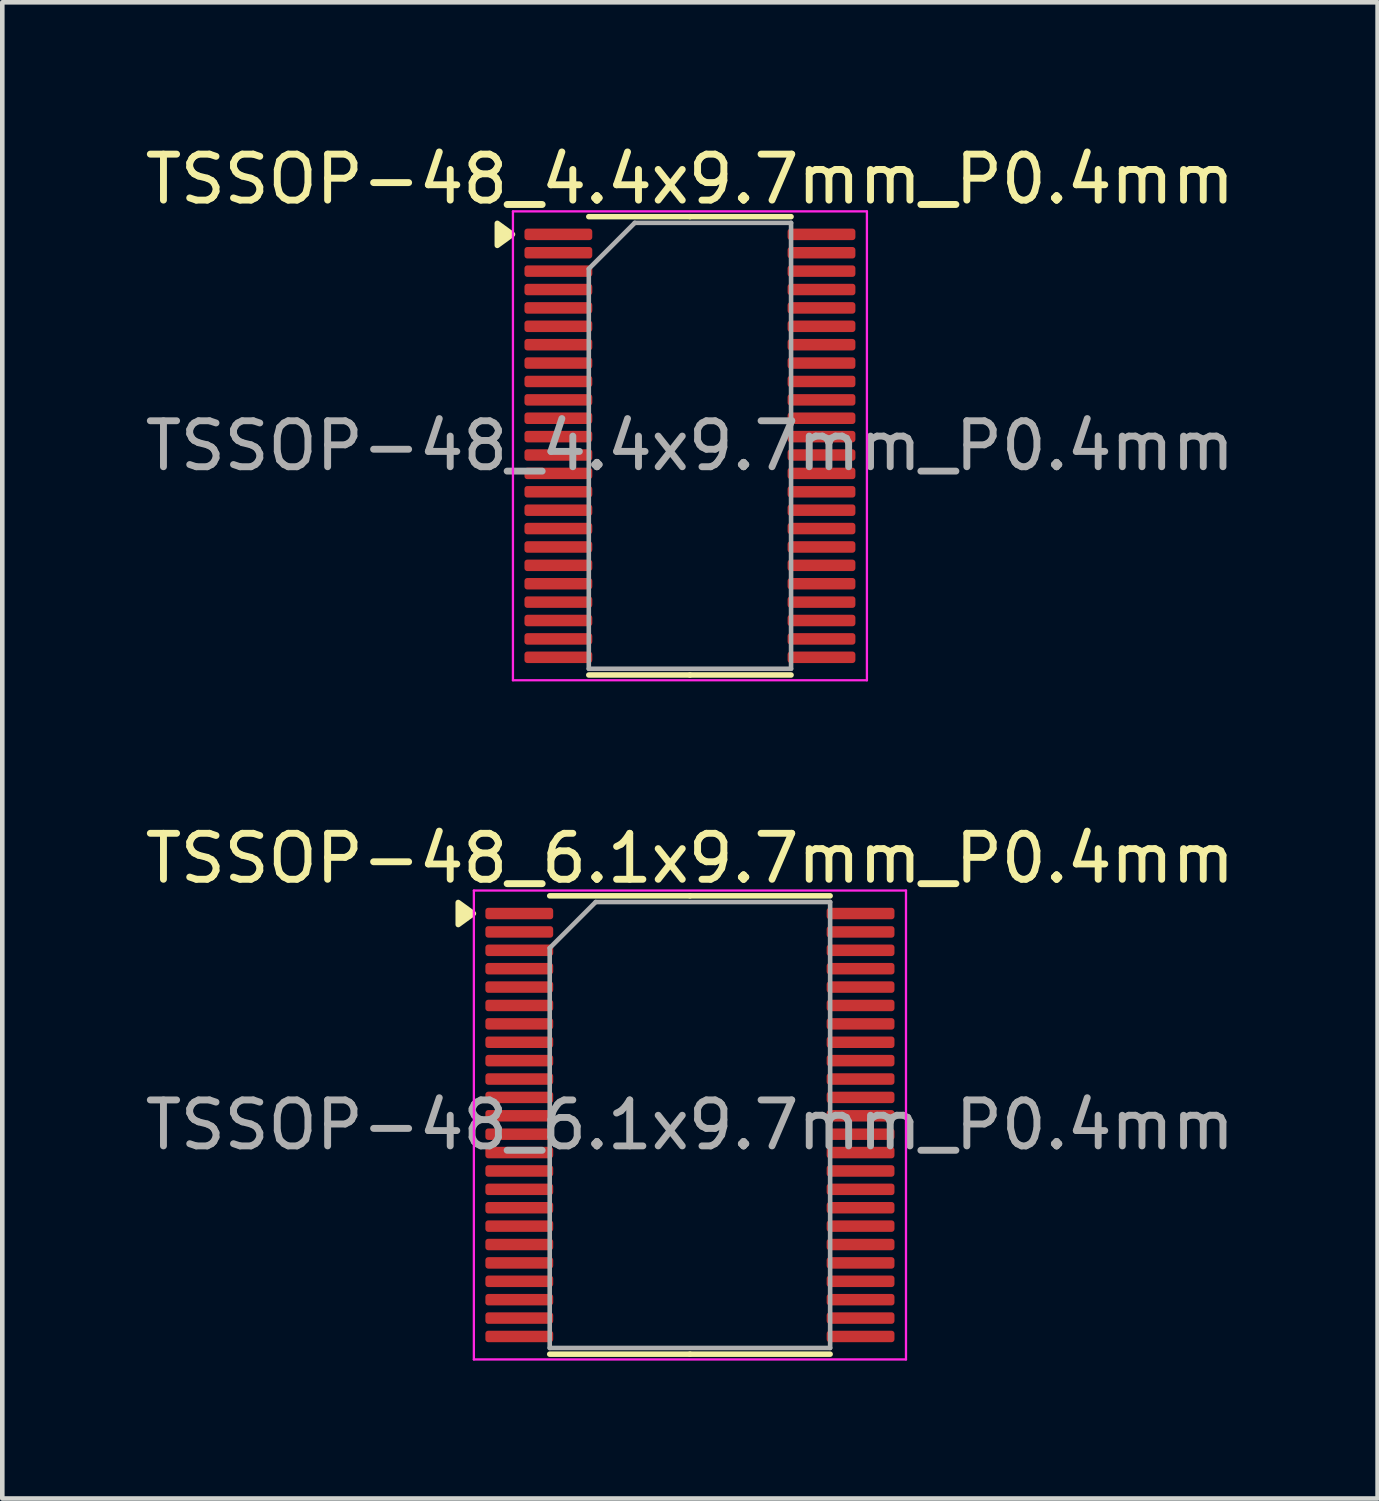
<source format=kicad_pcb>
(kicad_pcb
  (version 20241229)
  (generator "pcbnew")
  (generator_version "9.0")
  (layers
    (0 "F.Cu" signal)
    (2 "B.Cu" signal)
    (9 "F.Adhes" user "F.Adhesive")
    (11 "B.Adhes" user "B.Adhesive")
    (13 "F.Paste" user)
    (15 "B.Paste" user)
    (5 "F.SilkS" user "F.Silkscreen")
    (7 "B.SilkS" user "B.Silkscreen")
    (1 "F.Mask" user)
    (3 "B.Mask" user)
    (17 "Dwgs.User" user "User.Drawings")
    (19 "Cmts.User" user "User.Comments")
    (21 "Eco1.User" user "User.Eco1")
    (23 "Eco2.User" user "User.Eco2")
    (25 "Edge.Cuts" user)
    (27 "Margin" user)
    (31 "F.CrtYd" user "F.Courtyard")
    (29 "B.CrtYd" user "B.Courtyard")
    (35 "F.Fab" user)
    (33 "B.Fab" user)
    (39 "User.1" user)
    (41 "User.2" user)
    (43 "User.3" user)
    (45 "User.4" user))
  (footprint "TSSOP-48_6.1x9.7mm_P0.4mm"
    (layer "F.Cu")
    (at 11.958 21.422)
    (property "Reference" "TSSOP-48_6.1x9.7mm_P0.4mm" (at 0 -5.8 0) (layer "F.SilkS") (effects (font (size 1 1) (thickness 0.15))))
    (attr smd)
    (fp_line (start 0 -4.985) (end -3.05 -4.985) (stroke (width 0.12) (type solid)) (layer "F.SilkS"))
    (fp_line (start 0 -4.985) (end 3.05 -4.985) (stroke (width 0.12) (type solid)) (layer "F.SilkS"))
    (fp_line (start 0 4.985) (end -3.05 4.985) (stroke (width 0.12) (type solid)) (layer "F.SilkS"))
    (fp_line (start 0 4.985) (end 3.05 4.985) (stroke (width 0.12) (type solid)) (layer "F.SilkS"))
    (fp_poly (pts (xy -4.71 -4.6) (xy -5.04 -4.36) (xy -5.04 -4.84) (xy -4.71 -4.6)) (stroke (width 0.12) (type solid)) (fill yes) (layer "F.SilkS"))
    (fp_line (start -4.7 -5.1) (end -4.7 5.1) (stroke (width 0.05) (type solid)) (layer "F.CrtYd"))
    (fp_line (start -4.7 5.1) (end 4.7 5.1) (stroke (width 0.05) (type solid)) (layer "F.CrtYd"))
    (fp_line (start 4.7 -5.1) (end -4.7 -5.1) (stroke (width 0.05) (type solid)) (layer "F.CrtYd"))
    (fp_line (start 4.7 5.1) (end 4.7 -5.1) (stroke (width 0.05) (type solid)) (layer "F.CrtYd"))
    (fp_line (start -3.05 -3.85) (end -2.05 -4.85) (stroke (width 0.1) (type solid)) (layer "F.Fab"))
    (fp_line (start -3.05 4.85) (end -3.05 -3.85) (stroke (width 0.1) (type solid)) (layer "F.Fab"))
    (fp_line (start -2.05 -4.85) (end 3.05 -4.85) (stroke (width 0.1) (type solid)) (layer "F.Fab"))
    (fp_line (start 3.05 -4.85) (end 3.05 4.85) (stroke (width 0.1) (type solid)) (layer "F.Fab"))
    (fp_line (start 3.05 4.85) (end -3.05 4.85) (stroke (width 0.1) (type solid)) (layer "F.Fab"))
    (fp_text user "${REFERENCE}" (at 0 0 0) (layer "F.Fab") (effects (font (size 1 1) (thickness 0.15))))
    (pad "1" smd roundrect (at -3.712 -4.6) (size 1.475 0.25) (layers "F.Cu" "F.Mask" "F.Paste") (roundrect_rratio 0.25))
    (pad "2" smd roundrect (at -3.712 -4.2) (size 1.475 0.25) (layers "F.Cu" "F.Mask" "F.Paste") (roundrect_rratio 0.25))
    (pad "3" smd roundrect (at -3.712 -3.8) (size 1.475 0.25) (layers "F.Cu" "F.Mask" "F.Paste") (roundrect_rratio 0.25))
    (pad "4" smd roundrect (at -3.712 -3.4) (size 1.475 0.25) (layers "F.Cu" "F.Mask" "F.Paste") (roundrect_rratio 0.25))
    (pad "5" smd roundrect (at -3.712 -3) (size 1.475 0.25) (layers "F.Cu" "F.Mask" "F.Paste") (roundrect_rratio 0.25))
    (pad "6" smd roundrect (at -3.712 -2.6) (size 1.475 0.25) (layers "F.Cu" "F.Mask" "F.Paste") (roundrect_rratio 0.25))
    (pad "7" smd roundrect (at -3.712 -2.2) (size 1.475 0.25) (layers "F.Cu" "F.Mask" "F.Paste") (roundrect_rratio 0.25))
    (pad "8" smd roundrect (at -3.712 -1.8) (size 1.475 0.25) (layers "F.Cu" "F.Mask" "F.Paste") (roundrect_rratio 0.25))
    (pad "9" smd roundrect (at -3.712 -1.4) (size 1.475 0.25) (layers "F.Cu" "F.Mask" "F.Paste") (roundrect_rratio 0.25))
    (pad "10" smd roundrect (at -3.712 -1) (size 1.475 0.25) (layers "F.Cu" "F.Mask" "F.Paste") (roundrect_rratio 0.25))
    (pad "11" smd roundrect (at -3.712 -0.6) (size 1.475 0.25) (layers "F.Cu" "F.Mask" "F.Paste") (roundrect_rratio 0.25))
    (pad "12" smd roundrect (at -3.712 -0.2) (size 1.475 0.25) (layers "F.Cu" "F.Mask" "F.Paste") (roundrect_rratio 0.25))
    (pad "13" smd roundrect (at -3.712 0.2) (size 1.475 0.25) (layers "F.Cu" "F.Mask" "F.Paste") (roundrect_rratio 0.25))
    (pad "14" smd roundrect (at -3.712 0.6) (size 1.475 0.25) (layers "F.Cu" "F.Mask" "F.Paste") (roundrect_rratio 0.25))
    (pad "15" smd roundrect (at -3.712 1) (size 1.475 0.25) (layers "F.Cu" "F.Mask" "F.Paste") (roundrect_rratio 0.25))
    (pad "16" smd roundrect (at -3.712 1.4) (size 1.475 0.25) (layers "F.Cu" "F.Mask" "F.Paste") (roundrect_rratio 0.25))
    (pad "17" smd roundrect (at -3.712 1.8) (size 1.475 0.25) (layers "F.Cu" "F.Mask" "F.Paste") (roundrect_rratio 0.25))
    (pad "18" smd roundrect (at -3.712 2.2) (size 1.475 0.25) (layers "F.Cu" "F.Mask" "F.Paste") (roundrect_rratio 0.25))
    (pad "19" smd roundrect (at -3.712 2.6) (size 1.475 0.25) (layers "F.Cu" "F.Mask" "F.Paste") (roundrect_rratio 0.25))
    (pad "20" smd roundrect (at -3.712 3) (size 1.475 0.25) (layers "F.Cu" "F.Mask" "F.Paste") (roundrect_rratio 0.25))
    (pad "21" smd roundrect (at -3.712 3.4) (size 1.475 0.25) (layers "F.Cu" "F.Mask" "F.Paste") (roundrect_rratio 0.25))
    (pad "22" smd roundrect (at -3.712 3.8) (size 1.475 0.25) (layers "F.Cu" "F.Mask" "F.Paste") (roundrect_rratio 0.25))
    (pad "23" smd roundrect (at -3.712 4.2) (size 1.475 0.25) (layers "F.Cu" "F.Mask" "F.Paste") (roundrect_rratio 0.25))
    (pad "24" smd roundrect (at -3.712 4.6) (size 1.475 0.25) (layers "F.Cu" "F.Mask" "F.Paste") (roundrect_rratio 0.25))
    (pad "25" smd roundrect (at 3.712 4.6) (size 1.475 0.25) (layers "F.Cu" "F.Mask" "F.Paste") (roundrect_rratio 0.25))
    (pad "26" smd roundrect (at 3.712 4.2) (size 1.475 0.25) (layers "F.Cu" "F.Mask" "F.Paste") (roundrect_rratio 0.25))
    (pad "27" smd roundrect (at 3.712 3.8) (size 1.475 0.25) (layers "F.Cu" "F.Mask" "F.Paste") (roundrect_rratio 0.25))
    (pad "28" smd roundrect (at 3.712 3.4) (size 1.475 0.25) (layers "F.Cu" "F.Mask" "F.Paste") (roundrect_rratio 0.25))
    (pad "29" smd roundrect (at 3.712 3) (size 1.475 0.25) (layers "F.Cu" "F.Mask" "F.Paste") (roundrect_rratio 0.25))
    (pad "30" smd roundrect (at 3.712 2.6) (size 1.475 0.25) (layers "F.Cu" "F.Mask" "F.Paste") (roundrect_rratio 0.25))
    (pad "31" smd roundrect (at 3.712 2.2) (size 1.475 0.25) (layers "F.Cu" "F.Mask" "F.Paste") (roundrect_rratio 0.25))
    (pad "32" smd roundrect (at 3.712 1.8) (size 1.475 0.25) (layers "F.Cu" "F.Mask" "F.Paste") (roundrect_rratio 0.25))
    (pad "33" smd roundrect (at 3.712 1.4) (size 1.475 0.25) (layers "F.Cu" "F.Mask" "F.Paste") (roundrect_rratio 0.25))
    (pad "34" smd roundrect (at 3.712 1) (size 1.475 0.25) (layers "F.Cu" "F.Mask" "F.Paste") (roundrect_rratio 0.25))
    (pad "35" smd roundrect (at 3.712 0.6) (size 1.475 0.25) (layers "F.Cu" "F.Mask" "F.Paste") (roundrect_rratio 0.25))
    (pad "36" smd roundrect (at 3.712 0.2) (size 1.475 0.25) (layers "F.Cu" "F.Mask" "F.Paste") (roundrect_rratio 0.25))
    (pad "37" smd roundrect (at 3.712 -0.2) (size 1.475 0.25) (layers "F.Cu" "F.Mask" "F.Paste") (roundrect_rratio 0.25))
    (pad "38" smd roundrect (at 3.712 -0.6) (size 1.475 0.25) (layers "F.Cu" "F.Mask" "F.Paste") (roundrect_rratio 0.25))
    (pad "39" smd roundrect (at 3.712 -1) (size 1.475 0.25) (layers "F.Cu" "F.Mask" "F.Paste") (roundrect_rratio 0.25))
    (pad "40" smd roundrect (at 3.712 -1.4) (size 1.475 0.25) (layers "F.Cu" "F.Mask" "F.Paste") (roundrect_rratio 0.25))
    (pad "41" smd roundrect (at 3.712 -1.8) (size 1.475 0.25) (layers "F.Cu" "F.Mask" "F.Paste") (roundrect_rratio 0.25))
    (pad "42" smd roundrect (at 3.712 -2.2) (size 1.475 0.25) (layers "F.Cu" "F.Mask" "F.Paste") (roundrect_rratio 0.25))
    (pad "43" smd roundrect (at 3.712 -2.6) (size 1.475 0.25) (layers "F.Cu" "F.Mask" "F.Paste") (roundrect_rratio 0.25))
    (pad "44" smd roundrect (at 3.712 -3) (size 1.475 0.25) (layers "F.Cu" "F.Mask" "F.Paste") (roundrect_rratio 0.25))
    (pad "45" smd roundrect (at 3.712 -3.4) (size 1.475 0.25) (layers "F.Cu" "F.Mask" "F.Paste") (roundrect_rratio 0.25))
    (pad "46" smd roundrect (at 3.712 -3.8) (size 1.475 0.25) (layers "F.Cu" "F.Mask" "F.Paste") (roundrect_rratio 0.25))
    (pad "47" smd roundrect (at 3.712 -4.2) (size 1.475 0.25) (layers "F.Cu" "F.Mask" "F.Paste") (roundrect_rratio 0.25))
    (pad "48" smd roundrect (at 3.712 -4.6) (size 1.475 0.25) (layers "F.Cu" "F.Mask" "F.Paste") (roundrect_rratio 0.25)))
  (footprint "TSSOP-48_4.4x9.7mm_P0.4mm"
    (layer "F.Cu")
    (at 11.958 6.648)
    (property "Reference" "TSSOP-48_4.4x9.7mm_P0.4mm" (at 0 -5.8 0) (layer "F.SilkS") (effects (font (size 1 1) (thickness 0.15))))
    (attr smd)
    (fp_line (start 0 -4.985) (end -2.2 -4.985) (stroke (width 0.12) (type solid)) (layer "F.SilkS"))
    (fp_line (start 0 -4.985) (end 2.2 -4.985) (stroke (width 0.12) (type solid)) (layer "F.SilkS"))
    (fp_line (start 0 4.985) (end -2.2 4.985) (stroke (width 0.12) (type solid)) (layer "F.SilkS"))
    (fp_line (start 0 4.985) (end 2.2 4.985) (stroke (width 0.12) (type solid)) (layer "F.SilkS"))
    (fp_poly (pts (xy -3.86 -4.6) (xy -4.19 -4.36) (xy -4.19 -4.84) (xy -3.86 -4.6)) (stroke (width 0.12) (type solid)) (fill yes) (layer "F.SilkS"))
    (fp_line (start -3.85 -5.1) (end -3.85 5.1) (stroke (width 0.05) (type solid)) (layer "F.CrtYd"))
    (fp_line (start -3.85 5.1) (end 3.85 5.1) (stroke (width 0.05) (type solid)) (layer "F.CrtYd"))
    (fp_line (start 3.85 -5.1) (end -3.85 -5.1) (stroke (width 0.05) (type solid)) (layer "F.CrtYd"))
    (fp_line (start 3.85 5.1) (end 3.85 -5.1) (stroke (width 0.05) (type solid)) (layer "F.CrtYd"))
    (fp_line (start -2.2 -3.85) (end -1.2 -4.85) (stroke (width 0.1) (type solid)) (layer "F.Fab"))
    (fp_line (start -2.2 4.85) (end -2.2 -3.85) (stroke (width 0.1) (type solid)) (layer "F.Fab"))
    (fp_line (start -1.2 -4.85) (end 2.2 -4.85) (stroke (width 0.1) (type solid)) (layer "F.Fab"))
    (fp_line (start 2.2 -4.85) (end 2.2 4.85) (stroke (width 0.1) (type solid)) (layer "F.Fab"))
    (fp_line (start 2.2 4.85) (end -2.2 4.85) (stroke (width 0.1) (type solid)) (layer "F.Fab"))
    (fp_text user "${REFERENCE}" (at 0 0 0) (layer "F.Fab") (effects (font (size 1 1) (thickness 0.15))))
    (pad "1" smd roundrect (at -2.862 -4.6) (size 1.475 0.25) (layers "F.Cu" "F.Mask" "F.Paste") (roundrect_rratio 0.25))
    (pad "2" smd roundrect (at -2.862 -4.2) (size 1.475 0.25) (layers "F.Cu" "F.Mask" "F.Paste") (roundrect_rratio 0.25))
    (pad "3" smd roundrect (at -2.862 -3.8) (size 1.475 0.25) (layers "F.Cu" "F.Mask" "F.Paste") (roundrect_rratio 0.25))
    (pad "4" smd roundrect (at -2.862 -3.4) (size 1.475 0.25) (layers "F.Cu" "F.Mask" "F.Paste") (roundrect_rratio 0.25))
    (pad "5" smd roundrect (at -2.862 -3) (size 1.475 0.25) (layers "F.Cu" "F.Mask" "F.Paste") (roundrect_rratio 0.25))
    (pad "6" smd roundrect (at -2.862 -2.6) (size 1.475 0.25) (layers "F.Cu" "F.Mask" "F.Paste") (roundrect_rratio 0.25))
    (pad "7" smd roundrect (at -2.862 -2.2) (size 1.475 0.25) (layers "F.Cu" "F.Mask" "F.Paste") (roundrect_rratio 0.25))
    (pad "8" smd roundrect (at -2.862 -1.8) (size 1.475 0.25) (layers "F.Cu" "F.Mask" "F.Paste") (roundrect_rratio 0.25))
    (pad "9" smd roundrect (at -2.862 -1.4) (size 1.475 0.25) (layers "F.Cu" "F.Mask" "F.Paste") (roundrect_rratio 0.25))
    (pad "10" smd roundrect (at -2.862 -1) (size 1.475 0.25) (layers "F.Cu" "F.Mask" "F.Paste") (roundrect_rratio 0.25))
    (pad "11" smd roundrect (at -2.862 -0.6) (size 1.475 0.25) (layers "F.Cu" "F.Mask" "F.Paste") (roundrect_rratio 0.25))
    (pad "12" smd roundrect (at -2.862 -0.2) (size 1.475 0.25) (layers "F.Cu" "F.Mask" "F.Paste") (roundrect_rratio 0.25))
    (pad "13" smd roundrect (at -2.862 0.2) (size 1.475 0.25) (layers "F.Cu" "F.Mask" "F.Paste") (roundrect_rratio 0.25))
    (pad "14" smd roundrect (at -2.862 0.6) (size 1.475 0.25) (layers "F.Cu" "F.Mask" "F.Paste") (roundrect_rratio 0.25))
    (pad "15" smd roundrect (at -2.862 1) (size 1.475 0.25) (layers "F.Cu" "F.Mask" "F.Paste") (roundrect_rratio 0.25))
    (pad "16" smd roundrect (at -2.862 1.4) (size 1.475 0.25) (layers "F.Cu" "F.Mask" "F.Paste") (roundrect_rratio 0.25))
    (pad "17" smd roundrect (at -2.862 1.8) (size 1.475 0.25) (layers "F.Cu" "F.Mask" "F.Paste") (roundrect_rratio 0.25))
    (pad "18" smd roundrect (at -2.862 2.2) (size 1.475 0.25) (layers "F.Cu" "F.Mask" "F.Paste") (roundrect_rratio 0.25))
    (pad "19" smd roundrect (at -2.862 2.6) (size 1.475 0.25) (layers "F.Cu" "F.Mask" "F.Paste") (roundrect_rratio 0.25))
    (pad "20" smd roundrect (at -2.862 3) (size 1.475 0.25) (layers "F.Cu" "F.Mask" "F.Paste") (roundrect_rratio 0.25))
    (pad "21" smd roundrect (at -2.862 3.4) (size 1.475 0.25) (layers "F.Cu" "F.Mask" "F.Paste") (roundrect_rratio 0.25))
    (pad "22" smd roundrect (at -2.862 3.8) (size 1.475 0.25) (layers "F.Cu" "F.Mask" "F.Paste") (roundrect_rratio 0.25))
    (pad "23" smd roundrect (at -2.862 4.2) (size 1.475 0.25) (layers "F.Cu" "F.Mask" "F.Paste") (roundrect_rratio 0.25))
    (pad "24" smd roundrect (at -2.862 4.6) (size 1.475 0.25) (layers "F.Cu" "F.Mask" "F.Paste") (roundrect_rratio 0.25))
    (pad "25" smd roundrect (at 2.862 4.6) (size 1.475 0.25) (layers "F.Cu" "F.Mask" "F.Paste") (roundrect_rratio 0.25))
    (pad "26" smd roundrect (at 2.862 4.2) (size 1.475 0.25) (layers "F.Cu" "F.Mask" "F.Paste") (roundrect_rratio 0.25))
    (pad "27" smd roundrect (at 2.862 3.8) (size 1.475 0.25) (layers "F.Cu" "F.Mask" "F.Paste") (roundrect_rratio 0.25))
    (pad "28" smd roundrect (at 2.862 3.4) (size 1.475 0.25) (layers "F.Cu" "F.Mask" "F.Paste") (roundrect_rratio 0.25))
    (pad "29" smd roundrect (at 2.862 3) (size 1.475 0.25) (layers "F.Cu" "F.Mask" "F.Paste") (roundrect_rratio 0.25))
    (pad "30" smd roundrect (at 2.862 2.6) (size 1.475 0.25) (layers "F.Cu" "F.Mask" "F.Paste") (roundrect_rratio 0.25))
    (pad "31" smd roundrect (at 2.862 2.2) (size 1.475 0.25) (layers "F.Cu" "F.Mask" "F.Paste") (roundrect_rratio 0.25))
    (pad "32" smd roundrect (at 2.862 1.8) (size 1.475 0.25) (layers "F.Cu" "F.Mask" "F.Paste") (roundrect_rratio 0.25))
    (pad "33" smd roundrect (at 2.862 1.4) (size 1.475 0.25) (layers "F.Cu" "F.Mask" "F.Paste") (roundrect_rratio 0.25))
    (pad "34" smd roundrect (at 2.862 1) (size 1.475 0.25) (layers "F.Cu" "F.Mask" "F.Paste") (roundrect_rratio 0.25))
    (pad "35" smd roundrect (at 2.862 0.6) (size 1.475 0.25) (layers "F.Cu" "F.Mask" "F.Paste") (roundrect_rratio 0.25))
    (pad "36" smd roundrect (at 2.862 0.2) (size 1.475 0.25) (layers "F.Cu" "F.Mask" "F.Paste") (roundrect_rratio 0.25))
    (pad "37" smd roundrect (at 2.862 -0.2) (size 1.475 0.25) (layers "F.Cu" "F.Mask" "F.Paste") (roundrect_rratio 0.25))
    (pad "38" smd roundrect (at 2.862 -0.6) (size 1.475 0.25) (layers "F.Cu" "F.Mask" "F.Paste") (roundrect_rratio 0.25))
    (pad "39" smd roundrect (at 2.862 -1) (size 1.475 0.25) (layers "F.Cu" "F.Mask" "F.Paste") (roundrect_rratio 0.25))
    (pad "40" smd roundrect (at 2.862 -1.4) (size 1.475 0.25) (layers "F.Cu" "F.Mask" "F.Paste") (roundrect_rratio 0.25))
    (pad "41" smd roundrect (at 2.862 -1.8) (size 1.475 0.25) (layers "F.Cu" "F.Mask" "F.Paste") (roundrect_rratio 0.25))
    (pad "42" smd roundrect (at 2.862 -2.2) (size 1.475 0.25) (layers "F.Cu" "F.Mask" "F.Paste") (roundrect_rratio 0.25))
    (pad "43" smd roundrect (at 2.862 -2.6) (size 1.475 0.25) (layers "F.Cu" "F.Mask" "F.Paste") (roundrect_rratio 0.25))
    (pad "44" smd roundrect (at 2.862 -3) (size 1.475 0.25) (layers "F.Cu" "F.Mask" "F.Paste") (roundrect_rratio 0.25))
    (pad "45" smd roundrect (at 2.862 -3.4) (size 1.475 0.25) (layers "F.Cu" "F.Mask" "F.Paste") (roundrect_rratio 0.25))
    (pad "46" smd roundrect (at 2.862 -3.8) (size 1.475 0.25) (layers "F.Cu" "F.Mask" "F.Paste") (roundrect_rratio 0.25))
    (pad "47" smd roundrect (at 2.862 -4.2) (size 1.475 0.25) (layers "F.Cu" "F.Mask" "F.Paste") (roundrect_rratio 0.25))
    (pad "48" smd roundrect (at 2.862 -4.6) (size 1.475 0.25) (layers "F.Cu" "F.Mask" "F.Paste") (roundrect_rratio 0.25)))
  (gr_rect
    (start -3 -3)
    (end 26.917 29.547)
    (stroke (width 0.1) (type default))
    (fill no)
    (layer "Edge.Cuts")))
</source>
